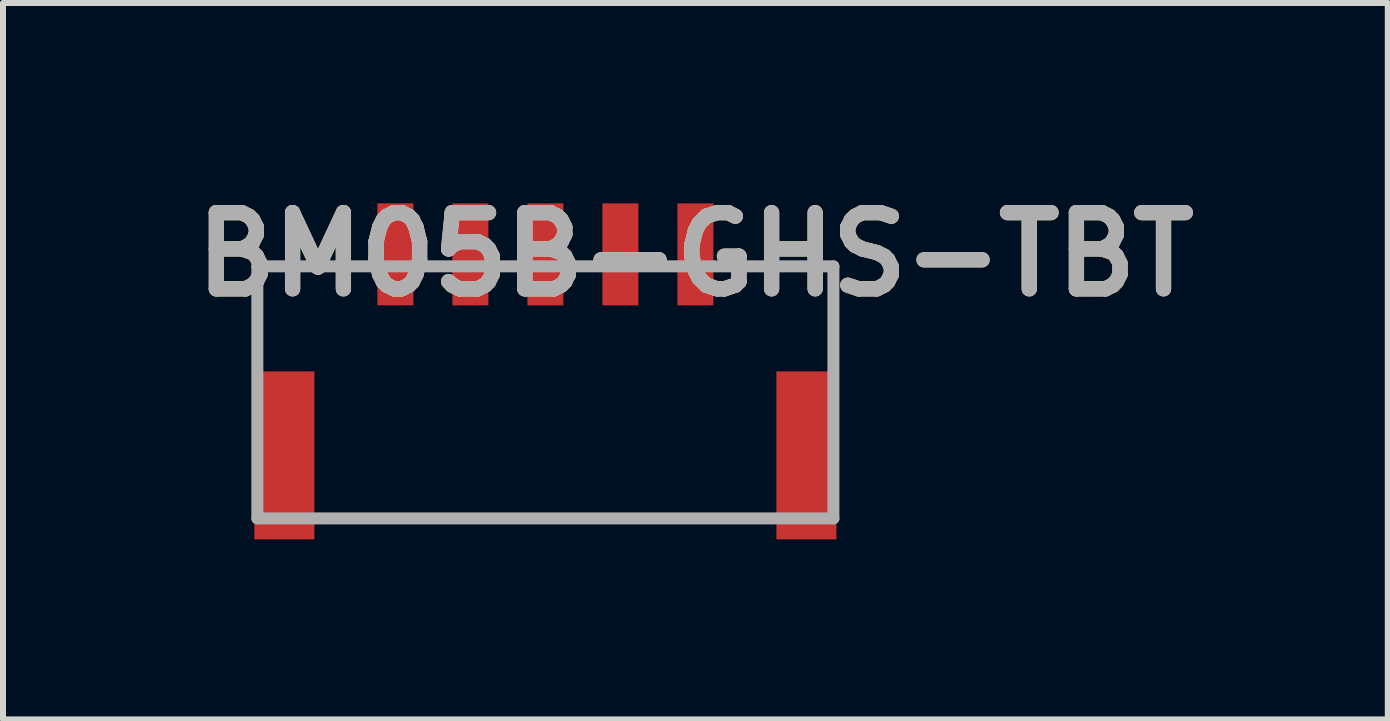
<source format=kicad_pcb>
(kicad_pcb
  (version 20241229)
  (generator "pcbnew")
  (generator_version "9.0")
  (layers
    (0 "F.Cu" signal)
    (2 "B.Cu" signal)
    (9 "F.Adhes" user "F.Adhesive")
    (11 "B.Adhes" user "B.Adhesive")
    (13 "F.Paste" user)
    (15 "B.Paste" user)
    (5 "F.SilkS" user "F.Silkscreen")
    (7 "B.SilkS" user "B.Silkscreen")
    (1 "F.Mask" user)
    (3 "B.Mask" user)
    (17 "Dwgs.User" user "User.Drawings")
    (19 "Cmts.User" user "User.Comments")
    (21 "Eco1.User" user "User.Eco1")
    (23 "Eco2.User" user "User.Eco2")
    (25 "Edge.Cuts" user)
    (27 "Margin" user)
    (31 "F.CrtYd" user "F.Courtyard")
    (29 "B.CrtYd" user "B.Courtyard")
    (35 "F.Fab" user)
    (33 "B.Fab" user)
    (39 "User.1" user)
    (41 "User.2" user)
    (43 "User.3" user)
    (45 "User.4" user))
  (footprint "BM05B-GHS-TBT"
    (layer "F.Cu")
    (at 8.539 1.189)
    (property "Reference" "BM05B-GHS-TBT" (at 0 0 0) (layer "F.SilkS") (effects (font (size 1.27 1.27) (thickness 0.254))))
    (attr smd)
    (fp_line (start -7.3 0.2) (end -7.3 1.6) (stroke (width 0.1) (type solid)) (layer "F.SilkS"))
    (fp_line (start -7.3 0.2) (end -5.7 0.2) (stroke (width 0.1) (type solid)) (layer "F.SilkS"))
    (fp_line (start -5.9 4.4) (end 0.9 4.4) (stroke (width 0.1) (type solid)) (layer "F.SilkS"))
    (fp_line (start 2.3 0.2) (end 0.7 0.2) (stroke (width 0.1) (type solid)) (layer "F.SilkS"))
    (fp_line (start 2.3 0.2) (end 2.3 1.6) (stroke (width 0.1) (type solid)) (layer "F.SilkS"))
    (fp_line (start -7.3 0.2) (end -7.3 4.4) (stroke (width 0.2) (type solid)) (layer "F.Fab"))
    (fp_line (start -7.3 4.4) (end 2.3 4.4) (stroke (width 0.2) (type solid)) (layer "F.Fab"))
    (fp_line (start 2.3 0.2) (end -7.3 0.2) (stroke (width 0.2) (type solid)) (layer "F.Fab"))
    (fp_line (start 2.3 4.4) (end 2.3 0.2) (stroke (width 0.2) (type solid)) (layer "F.Fab"))
    (fp_text user "${REFERENCE}" (at 0 0 0) (layer "F.Fab") (effects (font (size 1.27 1.27) (thickness 0.254))))
    (pad "1" smd rect (at 0 0) (size 0.6 1.7) (layers "F.Cu" "F.Mask" "F.Paste"))
    (pad "2" smd rect (at -1.25 0) (size 0.6 1.7) (layers "F.Cu" "F.Mask" "F.Paste"))
    (pad "3" smd rect (at -2.5 0) (size 0.6 1.7) (layers "F.Cu" "F.Mask" "F.Paste"))
    (pad "4" smd rect (at -3.75 0) (size 0.6 1.7) (layers "F.Cu" "F.Mask" "F.Paste"))
    (pad "5" smd rect (at -5 0) (size 0.6 1.7) (layers "F.Cu" "F.Mask" "F.Paste"))
    (pad "6" smd rect (at 1.85 3.35) (size 1 2.8) (layers "F.Cu" "F.Mask" "F.Paste"))
    (pad "7" smd rect (at -6.85 3.35) (size 1 2.8) (layers "F.Cu" "F.Mask" "F.Paste")))
  (gr_rect
    (start -3 -3)
    (end 20.078 8.939)
    (stroke (width 0.1) (type default))
    (fill no)
    (layer "Edge.Cuts")))
</source>
